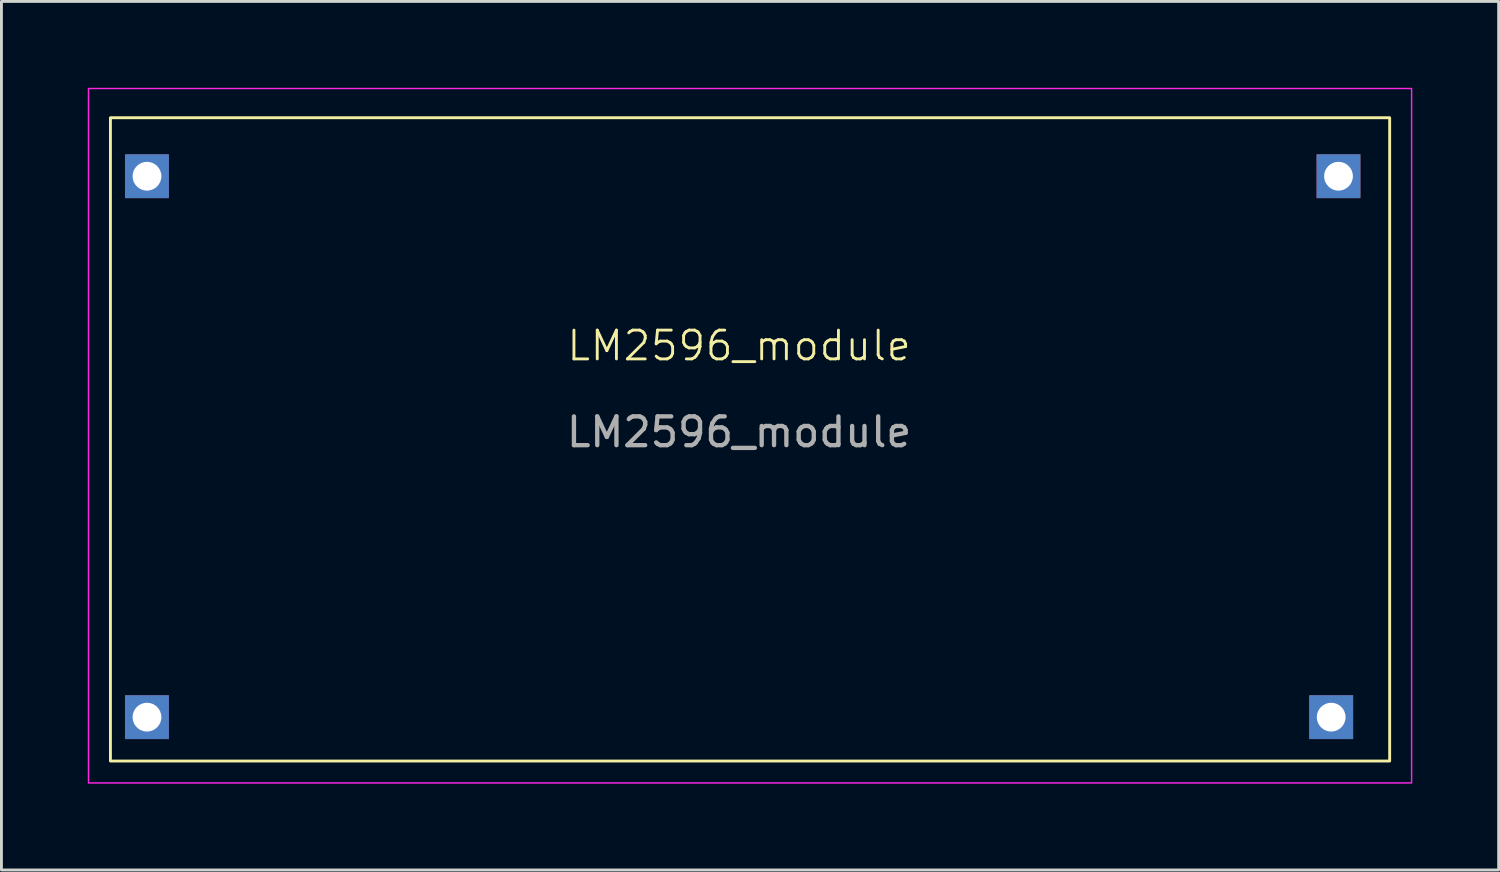
<source format=kicad_pcb>
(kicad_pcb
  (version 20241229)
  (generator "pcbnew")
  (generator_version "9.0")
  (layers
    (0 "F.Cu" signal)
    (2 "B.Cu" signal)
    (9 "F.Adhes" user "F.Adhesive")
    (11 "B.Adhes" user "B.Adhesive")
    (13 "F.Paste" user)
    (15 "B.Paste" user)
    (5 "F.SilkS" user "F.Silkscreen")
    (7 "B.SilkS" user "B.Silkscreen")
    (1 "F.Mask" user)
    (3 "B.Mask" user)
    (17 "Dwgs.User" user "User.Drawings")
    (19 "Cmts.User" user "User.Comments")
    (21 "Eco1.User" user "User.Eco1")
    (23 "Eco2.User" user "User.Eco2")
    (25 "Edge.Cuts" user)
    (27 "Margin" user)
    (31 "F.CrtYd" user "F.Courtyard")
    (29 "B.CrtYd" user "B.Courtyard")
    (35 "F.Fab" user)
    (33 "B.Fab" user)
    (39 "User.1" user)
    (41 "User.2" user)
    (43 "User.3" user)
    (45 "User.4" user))
  (footprint "LM2596_module"
    (layer "F.Cu")
    (at 0.787 1.041)
    (property "Reference" "LM2596_module" (at 21.844 7.922 0) (unlocked yes) (layer "F.SilkS") (effects (font (size 1 1) (thickness 0.1))))
    (attr through_hole)
    (fp_rect (start 0 0) (end 44.45 22.352) (stroke (width 0.1) (type default)) (fill no) (layer "F.SilkS"))
    (fp_rect (start -0.762 -1.016) (end 45.212 23.114) (stroke (width 0.05) (type default)) (fill no) (layer "F.CrtYd"))
    (fp_text user "${REFERENCE}" (at 21.844 10.922 0) (unlocked yes) (layer "F.Fab") (effects (font (size 1 1) (thickness 0.15))))
    (pad "1" thru_hole rect (at 1.27 2.032) (size 1.524 1.524) (drill 1) (layers "*.Cu" "*.Mask"))
    (pad "2" thru_hole rect (at 1.27 20.828) (size 1.524 1.524) (drill 1) (layers "*.Cu" "*.Mask"))
    (pad "3" thru_hole rect (at 42.672 2.032) (size 1.524 1.524) (drill 1) (layers "*.Cu" "*.Mask"))
    (pad "4" thru_hole rect (at 42.418 20.828) (size 1.524 1.524) (drill 1) (layers "*.Cu" "*.Mask")))
  (gr_rect
    (start -3 -3)
    (end 49.024 27.18)
    (stroke (width 0.1) (type default))
    (fill no)
    (layer "Edge.Cuts")))
</source>
